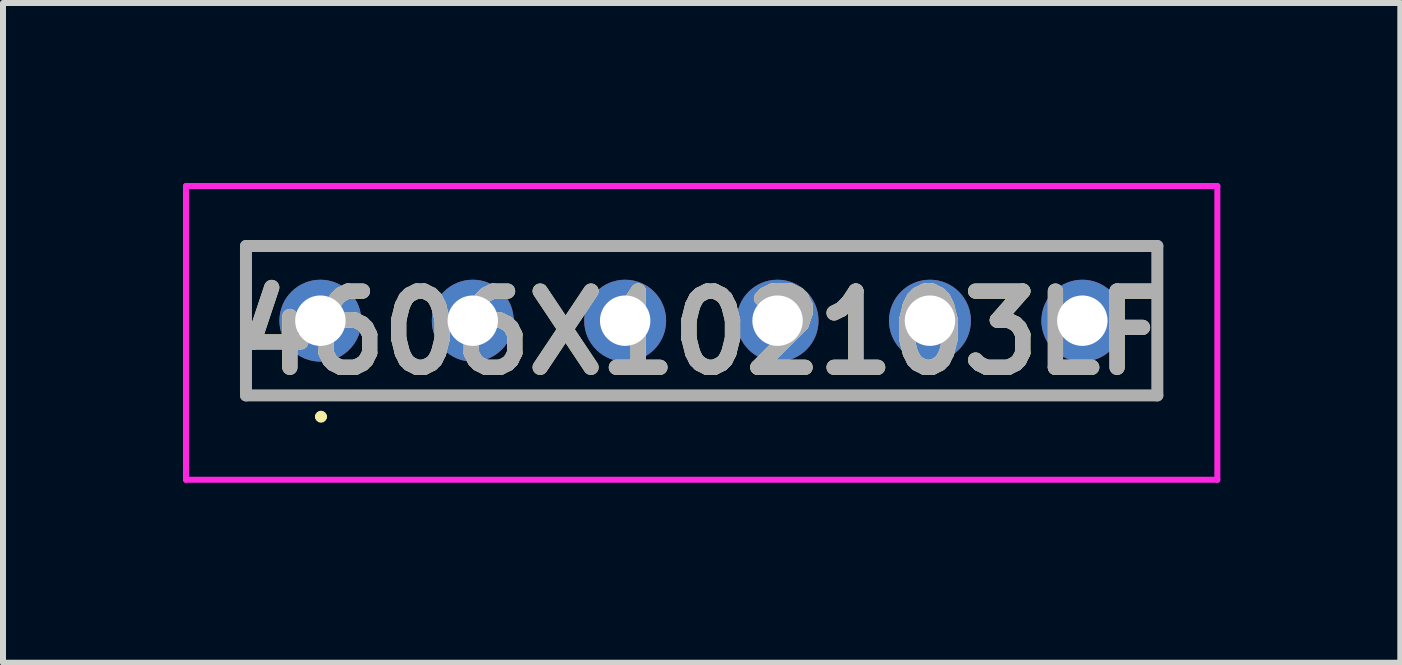
<source format=kicad_pcb>
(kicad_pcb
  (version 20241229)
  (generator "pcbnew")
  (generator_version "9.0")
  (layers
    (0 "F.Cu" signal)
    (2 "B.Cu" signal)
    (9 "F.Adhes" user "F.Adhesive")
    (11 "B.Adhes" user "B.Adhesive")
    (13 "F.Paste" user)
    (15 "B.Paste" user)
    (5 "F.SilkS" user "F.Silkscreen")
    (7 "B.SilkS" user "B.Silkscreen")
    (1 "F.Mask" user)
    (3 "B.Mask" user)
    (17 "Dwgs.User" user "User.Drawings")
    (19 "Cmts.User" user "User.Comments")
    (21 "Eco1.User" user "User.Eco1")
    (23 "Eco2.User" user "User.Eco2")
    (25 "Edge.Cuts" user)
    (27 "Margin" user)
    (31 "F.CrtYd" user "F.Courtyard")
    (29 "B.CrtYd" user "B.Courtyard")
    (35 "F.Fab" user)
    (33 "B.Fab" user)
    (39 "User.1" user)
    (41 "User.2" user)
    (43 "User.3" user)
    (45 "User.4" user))
  (footprint "4606X102103LF"
    (layer "F.Cu")
    (at 8.645 2.498)
    (property "Reference" "4606X102103LF" (at 0 0 0) (layer "F.SilkS") (effects (font (size 1.27 1.27) (thickness 0.254))))
    (attr through_hole)
    (fp_line (start -7.595 -1.448) (end 7.595 -1.448) (stroke (width 0.1) (type solid)) (layer "F.SilkS"))
    (fp_line (start -7.595 1.042) (end -7.595 -1.448) (stroke (width 0.1) (type solid)) (layer "F.SilkS"))
    (fp_line (start -6.395 1.397) (end -6.395 1.397) (stroke (width 0.1) (type solid)) (layer "F.SilkS"))
    (fp_line (start -6.295 1.397) (end -6.295 1.397) (stroke (width 0.1) (type solid)) (layer "F.SilkS"))
    (fp_line (start 7.595 -1.448) (end 7.595 1.042) (stroke (width 0.1) (type solid)) (layer "F.SilkS"))
    (fp_line (start 7.595 1.042) (end -7.595 1.042) (stroke (width 0.1) (type solid)) (layer "F.SilkS"))
    (fp_arc (start -6.395 1.397) (mid -6.3445 1.3475) (end -6.295 1.398) (stroke (width 0.1) (type solid)) (layer "F.SilkS"))
    (fp_arc (start -6.295 1.397) (mid -6.3445 1.4475) (end -6.395 1.398) (stroke (width 0.1) (type solid)) (layer "F.SilkS"))
    (fp_line (start -8.595 -2.448) (end 8.595 -2.448) (stroke (width 0.1) (type solid)) (layer "F.CrtYd"))
    (fp_line (start -8.595 2.448) (end -8.595 -2.448) (stroke (width 0.1) (type solid)) (layer "F.CrtYd"))
    (fp_line (start 8.595 -2.448) (end 8.595 2.448) (stroke (width 0.1) (type solid)) (layer "F.CrtYd"))
    (fp_line (start 8.595 2.448) (end -8.595 2.448) (stroke (width 0.1) (type solid)) (layer "F.CrtYd"))
    (fp_line (start -7.595 -1.448) (end 7.595 -1.448) (stroke (width 0.2) (type solid)) (layer "F.Fab"))
    (fp_line (start -7.595 1.042) (end -7.595 -1.448) (stroke (width 0.2) (type solid)) (layer "F.Fab"))
    (fp_line (start 7.595 -1.448) (end 7.595 1.042) (stroke (width 0.2) (type solid)) (layer "F.Fab"))
    (fp_line (start 7.595 1.042) (end -7.595 1.042) (stroke (width 0.2) (type solid)) (layer "F.Fab"))
    (fp_text user "${REFERENCE}" (at 0 0 0) (layer "F.Fab") (effects (font (size 1.27 1.27) (thickness 0.254))))
    (pad "1" thru_hole circle (at -6.355 -0.203) (size 1.365 1.365) (drill 0.84) (layers "*.Cu" "*.Mask"))
    (pad "2" thru_hole circle (at -3.815 -0.203) (size 1.365 1.365) (drill 0.84) (layers "*.Cu" "*.Mask"))
    (pad "3" thru_hole circle (at -1.275 -0.203) (size 1.365 1.365) (drill 0.84) (layers "*.Cu" "*.Mask"))
    (pad "4" thru_hole circle (at 1.265 -0.203) (size 1.365 1.365) (drill 0.84) (layers "*.Cu" "*.Mask"))
    (pad "5" thru_hole circle (at 3.805 -0.203) (size 1.365 1.365) (drill 0.84) (layers "*.Cu" "*.Mask"))
    (pad "6" thru_hole circle (at 6.345 -0.203) (size 1.365 1.365) (drill 0.84) (layers "*.Cu" "*.Mask")))
  (gr_rect
    (start -3 -3)
    (end 20.29 7.996)
    (stroke (width 0.1) (type default))
    (fill no)
    (layer "Edge.Cuts")))
</source>
